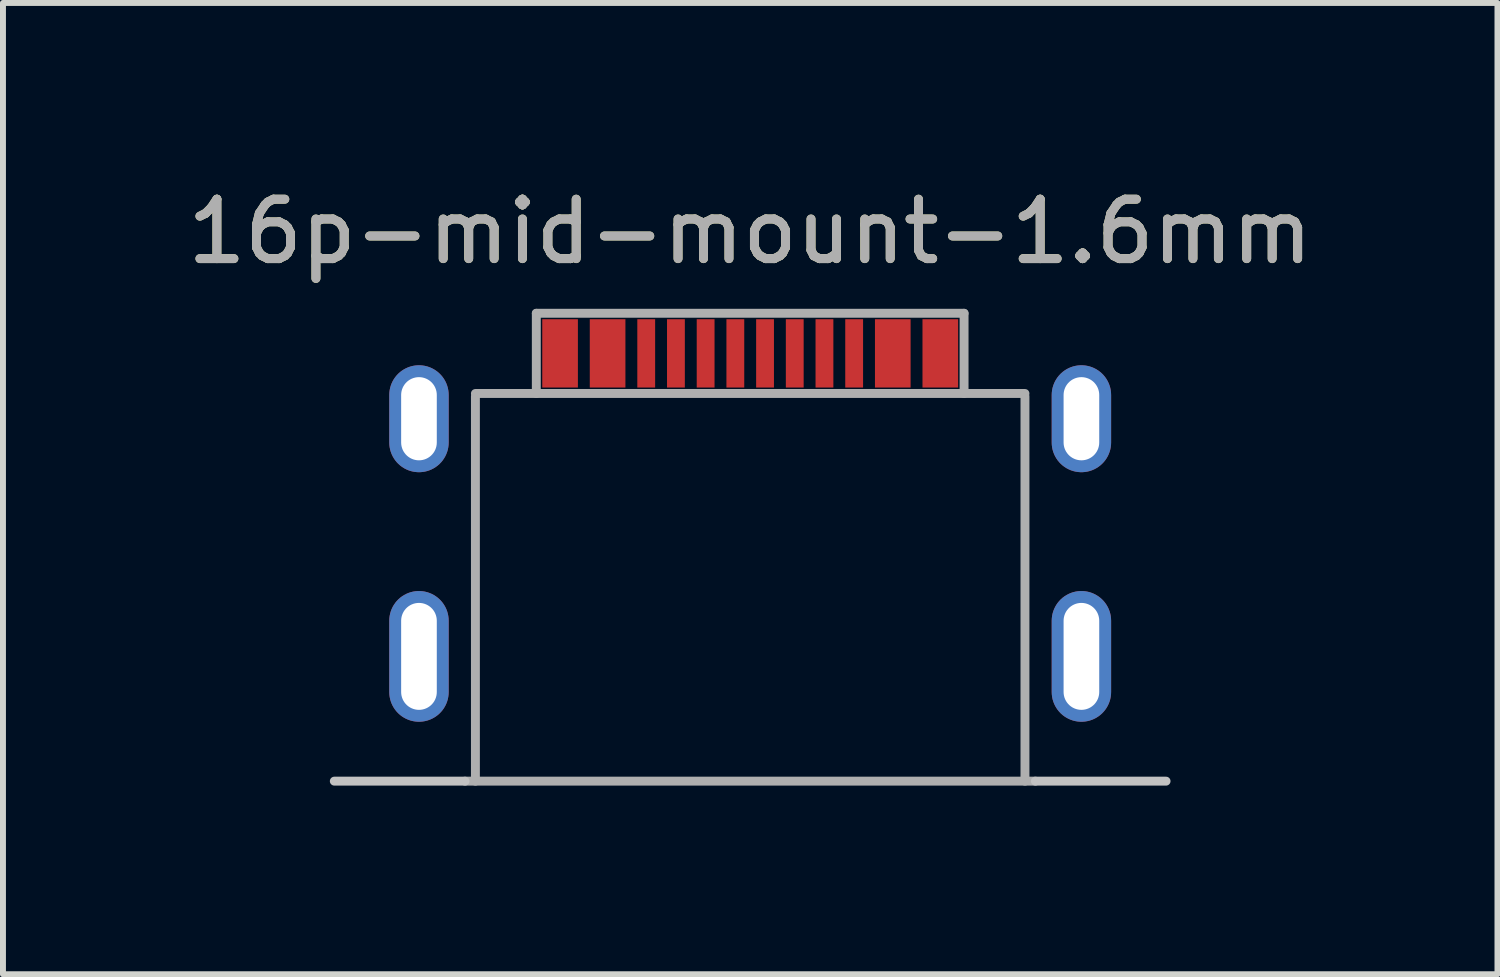
<source format=kicad_pcb>
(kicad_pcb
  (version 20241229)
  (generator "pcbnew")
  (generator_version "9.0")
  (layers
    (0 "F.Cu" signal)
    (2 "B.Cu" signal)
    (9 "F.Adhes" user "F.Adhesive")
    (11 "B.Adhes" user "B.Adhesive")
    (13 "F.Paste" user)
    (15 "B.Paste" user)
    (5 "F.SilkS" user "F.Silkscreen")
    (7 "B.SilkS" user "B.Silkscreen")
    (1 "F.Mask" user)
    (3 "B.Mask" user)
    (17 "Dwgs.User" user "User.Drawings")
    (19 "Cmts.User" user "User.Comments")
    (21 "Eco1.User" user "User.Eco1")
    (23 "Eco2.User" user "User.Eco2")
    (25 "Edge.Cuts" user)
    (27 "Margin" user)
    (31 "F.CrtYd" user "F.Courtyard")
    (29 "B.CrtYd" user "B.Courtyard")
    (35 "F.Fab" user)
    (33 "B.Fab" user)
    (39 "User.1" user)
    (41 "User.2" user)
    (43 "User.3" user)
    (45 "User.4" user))
  (footprint "16p-mid-mount-1.6mm"
    (layer "F.Cu")
    (at 9.577 10.098)
    (property "Reference" "16p-mid-mount-1.6mm" (at 0 -9.25 180) (layer "F.SilkS") (effects (font (size 1 1) (thickness 0.15))))
    (attr smd)
    (fp_line (start -4.8 0) (end -7 0) (stroke (width 0.15) (type solid)) (layer "Dwgs.User"))
    (fp_line (start 7 0) (end 4.8 0) (stroke (width 0.15) (type solid)) (layer "Dwgs.User"))
    (fp_line (start -4.625 -6.475) (end -4.625 0) (stroke (width 0.15) (type solid)) (layer "F.Fab"))
    (fp_line (start -3.6 -7.875) (end 3.6 -7.875) (stroke (width 0.15) (type solid)) (layer "F.Fab"))
    (fp_line (start -3.6 -6.525) (end -3.6 -7.875) (stroke (width 0.15) (type solid)) (layer "F.Fab"))
    (fp_line (start 3.6 -7.875) (end 3.6 -6.525) (stroke (width 0.15) (type solid)) (layer "F.Fab"))
    (fp_line (start 4.625 -6.525) (end -4.625 -6.525) (stroke (width 0.15) (type solid)) (layer "F.Fab"))
    (fp_line (start 4.625 -6.475) (end 4.625 0) (stroke (width 0.15) (type solid)) (layer "F.Fab"))
    (fp_line (start 4.8 0) (end -4.8 0) (stroke (width 0.15) (type solid)) (layer "F.Fab"))
    (fp_text user "${REFERENCE}" (at 0 -9.25 180) (layer "F.Fab") (effects (font (size 1 1) (thickness 0.15))))
    (pad "13" thru_hole oval (at -5.575 -6.1) (size 1 1.8) (drill oval 0.6 1.4) (layers "*.Cu" "*.Mask"))
    (pad "13" thru_hole oval (at -5.575 -2.1) (size 1 2.2) (drill oval 0.6 1.8) (layers "*.Cu" "*.Mask"))
    (pad "13" thru_hole oval (at 5.575 -6.1) (size 1 1.8) (drill oval 0.6 1.4) (layers "*.Cu" "*.Mask"))
    (pad "13" thru_hole oval (at 5.575 -2.1) (size 1 2.2) (drill oval 0.6 1.8) (layers "*.Cu" "*.Mask"))
    (pad "A1" smd rect (at -3.2 -7.2) (size 0.6 1.15) (layers "F.Cu" "F.Mask" "F.Paste"))
    (pad "A1" smd rect (at 3.2 -7.2) (size 0.6 1.15) (layers "F.Cu" "F.Mask" "F.Paste"))
    (pad "A4" smd rect (at -2.4 -7.2) (size 0.6 1.15) (layers "F.Cu" "F.Mask" "F.Paste"))
    (pad "A4" smd rect (at 2.4 -7.2) (size 0.6 1.15) (layers "F.Cu" "F.Mask" "F.Paste"))
    (pad "A5" smd rect (at -1.25 -7.2) (size 0.3 1.15) (layers "F.Cu" "F.Mask" "F.Paste"))
    (pad "A6" smd rect (at -0.25 -7.2) (size 0.3 1.15) (layers "F.Cu" "F.Mask" "F.Paste"))
    (pad "A7" smd rect (at 0.25 -7.2) (size 0.3 1.15) (layers "F.Cu" "F.Mask" "F.Paste"))
    (pad "A8" smd rect (at 1.25 -7.2) (size 0.3 1.15) (layers "F.Cu" "F.Mask" "F.Paste"))
    (pad "B5" smd rect (at 1.75 -7.2) (size 0.3 1.15) (layers "F.Cu" "F.Mask" "F.Paste"))
    (pad "B6" smd rect (at 0.75 -7.2) (size 0.3 1.15) (layers "F.Cu" "F.Mask" "F.Paste"))
    (pad "B7" smd rect (at -0.75 -7.2) (size 0.3 1.15) (layers "F.Cu" "F.Mask" "F.Paste"))
    (pad "B8" smd rect (at -1.75 -7.2) (size 0.3 1.15) (layers "F.Cu" "F.Mask" "F.Paste")))
  (gr_rect
    (start -3 -3)
    (end 22.155 13.348)
    (stroke (width 0.1) (type default))
    (fill no)
    (layer "Edge.Cuts")))
</source>
